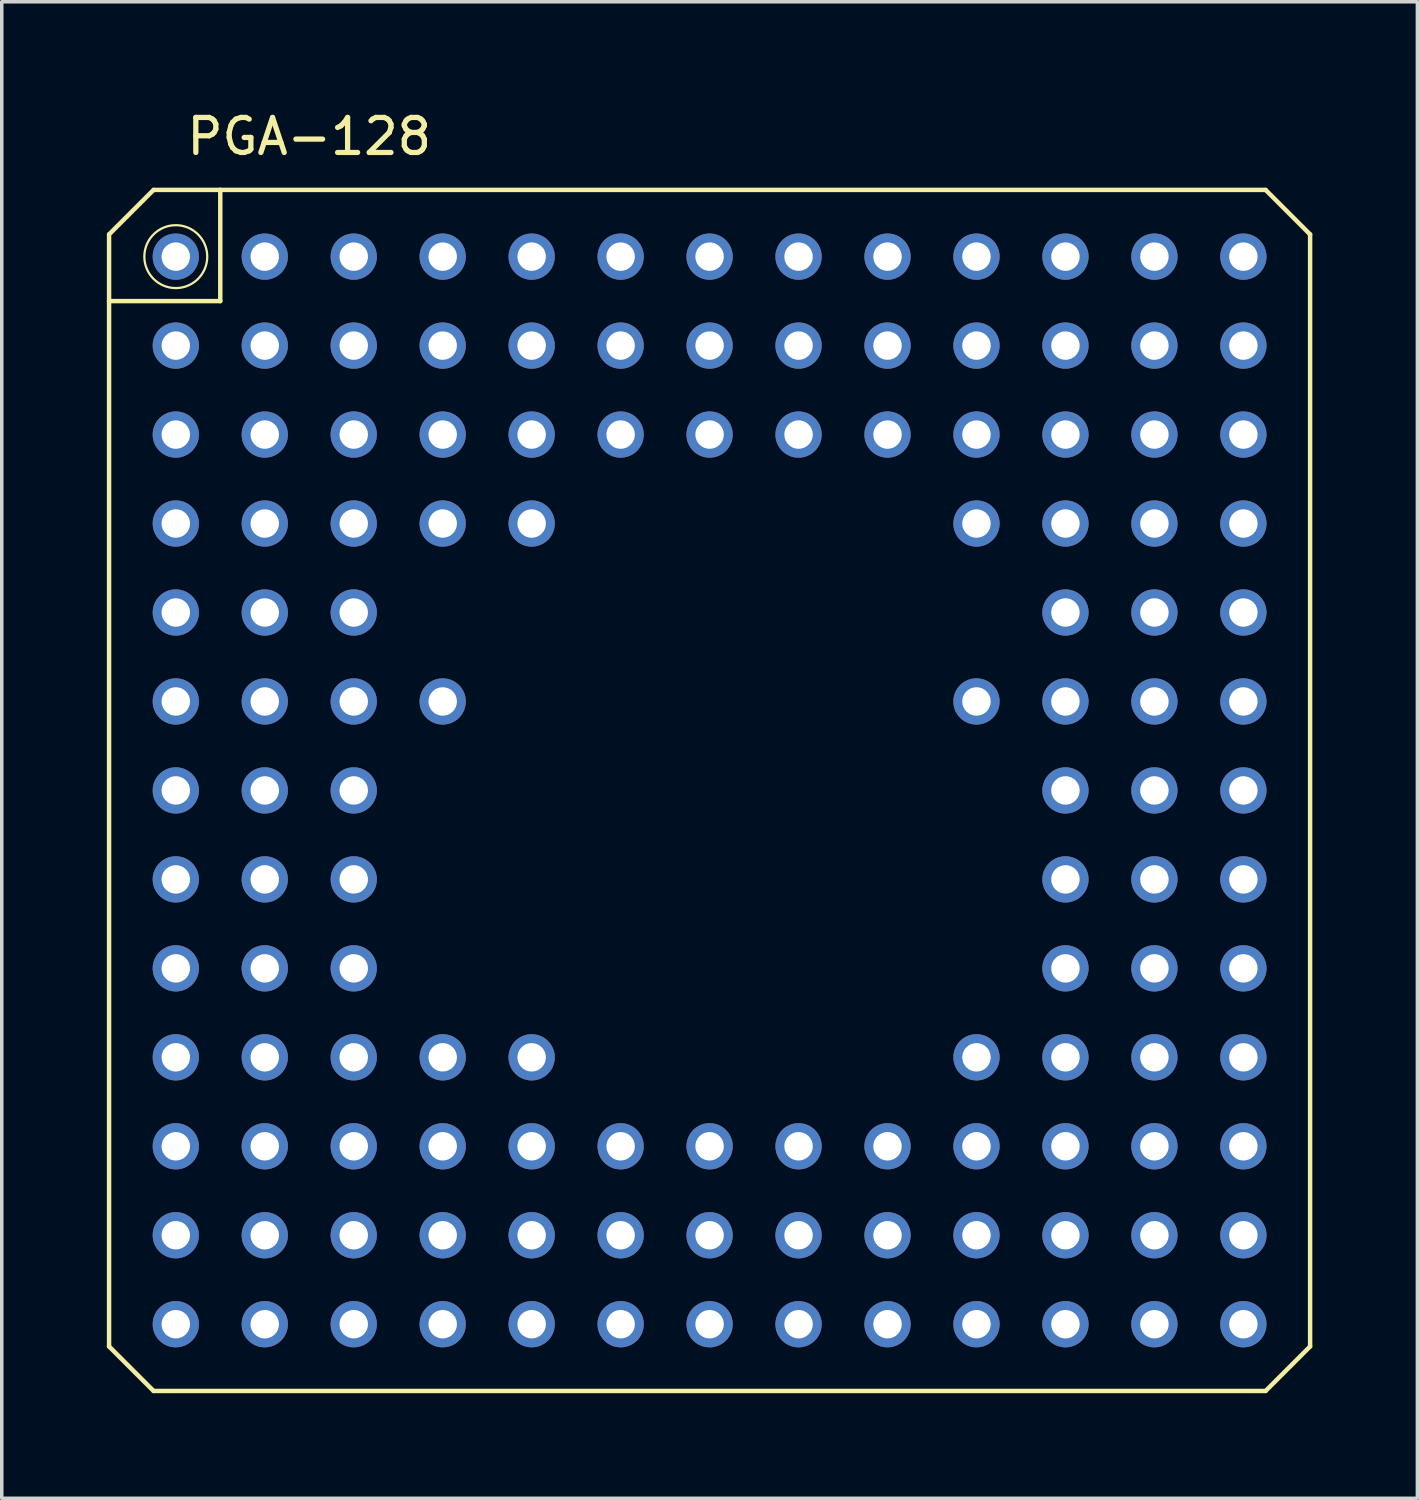
<source format=kicad_pcb>
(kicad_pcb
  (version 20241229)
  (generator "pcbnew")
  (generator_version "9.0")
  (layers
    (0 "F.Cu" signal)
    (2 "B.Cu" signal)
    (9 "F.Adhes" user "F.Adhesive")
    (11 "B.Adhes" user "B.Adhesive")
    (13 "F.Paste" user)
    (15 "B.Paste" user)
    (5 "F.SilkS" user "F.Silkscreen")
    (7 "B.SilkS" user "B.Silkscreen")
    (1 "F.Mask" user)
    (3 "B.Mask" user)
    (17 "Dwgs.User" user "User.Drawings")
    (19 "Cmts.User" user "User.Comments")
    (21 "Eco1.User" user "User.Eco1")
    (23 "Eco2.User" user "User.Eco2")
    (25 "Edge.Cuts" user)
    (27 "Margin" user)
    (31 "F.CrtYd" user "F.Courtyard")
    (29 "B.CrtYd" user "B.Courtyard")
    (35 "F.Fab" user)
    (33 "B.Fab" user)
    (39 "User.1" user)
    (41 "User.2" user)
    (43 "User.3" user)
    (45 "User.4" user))
  (footprint "PGA-128"
    (layer "F.Cu")
    (at 17.209 19.517)
    (property "Reference" "PGA-128" (at -11.43 -18.669 0) (layer "F.SilkS") (effects (font (size 1 1) (thickness 0.15))))
    (attr through_hole)
    (fp_line (start -17.145 -15.875) (end -15.875 -17.145) (stroke (width 0.127) (type solid)) (layer "F.SilkS"))
    (fp_line (start -17.145 -13.97) (end -17.145 -15.875) (stroke (width 0.127) (type solid)) (layer "F.SilkS"))
    (fp_line (start -17.145 -13.97) (end -13.97 -13.97) (stroke (width 0.127) (type solid)) (layer "F.SilkS"))
    (fp_line (start -17.145 15.875) (end -17.145 -13.97) (stroke (width 0.127) (type solid)) (layer "F.SilkS"))
    (fp_line (start -15.875 -17.145) (end -13.97 -17.145) (stroke (width 0.127) (type solid)) (layer "F.SilkS"))
    (fp_line (start -15.875 17.145) (end -17.145 15.875) (stroke (width 0.127) (type solid)) (layer "F.SilkS"))
    (fp_line (start -13.97 -17.145) (end 15.875 -17.145) (stroke (width 0.127) (type solid)) (layer "F.SilkS"))
    (fp_line (start -13.97 -13.97) (end -13.97 -17.145) (stroke (width 0.127) (type solid)) (layer "F.SilkS"))
    (fp_line (start 15.875 -17.145) (end 17.145 -15.875) (stroke (width 0.127) (type solid)) (layer "F.SilkS"))
    (fp_line (start 15.875 17.145) (end -15.875 17.145) (stroke (width 0.127) (type solid)) (layer "F.SilkS"))
    (fp_line (start 17.145 -15.875) (end 17.145 15.875) (stroke (width 0.127) (type solid)) (layer "F.SilkS"))
    (fp_line (start 17.145 15.875) (end 15.875 17.145) (stroke (width 0.127) (type solid)) (layer "F.SilkS"))
    (fp_circle (center -15.24 -15.24) (end -15.875 -15.875) (stroke (width 0.064) (type solid)) (fill no) (layer "F.SilkS"))
    (pad "A01" thru_hole circle (at -15.24 -15.24) (size 1.321 1.321) (drill 0.813) (layers "*.Cu" "*.Mask"))
    (pad "A02" thru_hole circle (at -12.7 -15.24) (size 1.321 1.321) (drill 0.813) (layers "*.Cu" "*.Mask"))
    (pad "A03" thru_hole circle (at -10.16 -15.24) (size 1.321 1.321) (drill 0.813) (layers "*.Cu" "*.Mask"))
    (pad "A04" thru_hole circle (at -7.62 -15.24) (size 1.321 1.321) (drill 0.813) (layers "*.Cu" "*.Mask"))
    (pad "A05" thru_hole circle (at -5.08 -15.24) (size 1.321 1.321) (drill 0.813) (layers "*.Cu" "*.Mask"))
    (pad "A06" thru_hole circle (at -2.54 -15.24) (size 1.321 1.321) (drill 0.813) (layers "*.Cu" "*.Mask"))
    (pad "A07" thru_hole circle (at 0 -15.24) (size 1.321 1.321) (drill 0.813) (layers "*.Cu" "*.Mask"))
    (pad "A08" thru_hole circle (at 2.54 -15.24) (size 1.321 1.321) (drill 0.813) (layers "*.Cu" "*.Mask"))
    (pad "A09" thru_hole circle (at 5.08 -15.24) (size 1.321 1.321) (drill 0.813) (layers "*.Cu" "*.Mask"))
    (pad "A10" thru_hole circle (at 7.62 -15.24) (size 1.321 1.321) (drill 0.813) (layers "*.Cu" "*.Mask"))
    (pad "A11" thru_hole circle (at 10.16 -15.24) (size 1.321 1.321) (drill 0.813) (layers "*.Cu" "*.Mask"))
    (pad "A12" thru_hole circle (at 12.7 -15.24) (size 1.321 1.321) (drill 0.813) (layers "*.Cu" "*.Mask"))
    (pad "A13" thru_hole circle (at 15.24 -15.24) (size 1.321 1.321) (drill 0.813) (layers "*.Cu" "*.Mask"))
    (pad "B01" thru_hole circle (at -15.24 -12.7) (size 1.321 1.321) (drill 0.813) (layers "*.Cu" "*.Mask"))
    (pad "B02" thru_hole circle (at -12.7 -12.7) (size 1.321 1.321) (drill 0.813) (layers "*.Cu" "*.Mask"))
    (pad "B03" thru_hole circle (at -10.16 -12.7) (size 1.321 1.321) (drill 0.813) (layers "*.Cu" "*.Mask"))
    (pad "B04" thru_hole circle (at -7.62 -12.7) (size 1.321 1.321) (drill 0.813) (layers "*.Cu" "*.Mask"))
    (pad "B05" thru_hole circle (at -5.08 -12.7) (size 1.321 1.321) (drill 0.813) (layers "*.Cu" "*.Mask"))
    (pad "B06" thru_hole circle (at -2.54 -12.7) (size 1.321 1.321) (drill 0.813) (layers "*.Cu" "*.Mask"))
    (pad "B07" thru_hole circle (at 0 -12.7) (size 1.321 1.321) (drill 0.813) (layers "*.Cu" "*.Mask"))
    (pad "B08" thru_hole circle (at 2.54 -12.7) (size 1.321 1.321) (drill 0.813) (layers "*.Cu" "*.Mask"))
    (pad "B09" thru_hole circle (at 5.08 -12.7) (size 1.321 1.321) (drill 0.813) (layers "*.Cu" "*.Mask"))
    (pad "B10" thru_hole circle (at 7.62 -12.7) (size 1.321 1.321) (drill 0.813) (layers "*.Cu" "*.Mask"))
    (pad "B11" thru_hole circle (at 10.16 -12.7) (size 1.321 1.321) (drill 0.813) (layers "*.Cu" "*.Mask"))
    (pad "B12" thru_hole circle (at 12.7 -12.7) (size 1.321 1.321) (drill 0.813) (layers "*.Cu" "*.Mask"))
    (pad "B13" thru_hole circle (at 15.24 -12.7) (size 1.321 1.321) (drill 0.813) (layers "*.Cu" "*.Mask"))
    (pad "C01" thru_hole circle (at -15.24 -10.16) (size 1.321 1.321) (drill 0.813) (layers "*.Cu" "*.Mask"))
    (pad "C02" thru_hole circle (at -12.7 -10.16) (size 1.321 1.321) (drill 0.813) (layers "*.Cu" "*.Mask"))
    (pad "C03" thru_hole circle (at -10.16 -10.16) (size 1.321 1.321) (drill 0.813) (layers "*.Cu" "*.Mask"))
    (pad "C04" thru_hole circle (at -7.62 -10.16) (size 1.321 1.321) (drill 0.813) (layers "*.Cu" "*.Mask"))
    (pad "C05" thru_hole circle (at -5.08 -10.16) (size 1.321 1.321) (drill 0.813) (layers "*.Cu" "*.Mask"))
    (pad "C06" thru_hole circle (at -2.54 -10.16) (size 1.321 1.321) (drill 0.813) (layers "*.Cu" "*.Mask"))
    (pad "C07" thru_hole circle (at 0 -10.16) (size 1.321 1.321) (drill 0.813) (layers "*.Cu" "*.Mask"))
    (pad "C08" thru_hole circle (at 2.54 -10.16) (size 1.321 1.321) (drill 0.813) (layers "*.Cu" "*.Mask"))
    (pad "C09" thru_hole circle (at 5.08 -10.16) (size 1.321 1.321) (drill 0.813) (layers "*.Cu" "*.Mask"))
    (pad "C10" thru_hole circle (at 7.62 -10.16) (size 1.321 1.321) (drill 0.813) (layers "*.Cu" "*.Mask"))
    (pad "C11" thru_hole circle (at 10.16 -10.16) (size 1.321 1.321) (drill 0.813) (layers "*.Cu" "*.Mask"))
    (pad "C12" thru_hole circle (at 12.7 -10.16) (size 1.321 1.321) (drill 0.813) (layers "*.Cu" "*.Mask"))
    (pad "C13" thru_hole circle (at 15.24 -10.16) (size 1.321 1.321) (drill 0.813) (layers "*.Cu" "*.Mask"))
    (pad "D01" thru_hole circle (at -15.24 -7.62) (size 1.321 1.321) (drill 0.813) (layers "*.Cu" "*.Mask"))
    (pad "D02" thru_hole circle (at -12.7 -7.62) (size 1.321 1.321) (drill 0.813) (layers "*.Cu" "*.Mask"))
    (pad "D03" thru_hole circle (at -10.16 -7.62) (size 1.321 1.321) (drill 0.813) (layers "*.Cu" "*.Mask"))
    (pad "D04" thru_hole circle (at -7.62 -7.62) (size 1.321 1.321) (drill 0.813) (layers "*.Cu" "*.Mask"))
    (pad "D05" thru_hole circle (at -5.08 -7.62) (size 1.321 1.321) (drill 0.813) (layers "*.Cu" "*.Mask"))
    (pad "D10" thru_hole circle (at 7.62 -7.62) (size 1.321 1.321) (drill 0.813) (layers "*.Cu" "*.Mask"))
    (pad "D11" thru_hole circle (at 10.16 -7.62) (size 1.321 1.321) (drill 0.813) (layers "*.Cu" "*.Mask"))
    (pad "D12" thru_hole circle (at 12.7 -7.62) (size 1.321 1.321) (drill 0.813) (layers "*.Cu" "*.Mask"))
    (pad "D13" thru_hole circle (at 15.24 -7.62) (size 1.321 1.321) (drill 0.813) (layers "*.Cu" "*.Mask"))
    (pad "E01" thru_hole circle (at -15.24 -5.08) (size 1.321 1.321) (drill 0.813) (layers "*.Cu" "*.Mask"))
    (pad "E02" thru_hole circle (at -12.7 -5.08) (size 1.321 1.321) (drill 0.813) (layers "*.Cu" "*.Mask"))
    (pad "E03" thru_hole circle (at -10.16 -5.08) (size 1.321 1.321) (drill 0.813) (layers "*.Cu" "*.Mask"))
    (pad "E11" thru_hole circle (at 10.16 -5.08) (size 1.321 1.321) (drill 0.813) (layers "*.Cu" "*.Mask"))
    (pad "E12" thru_hole circle (at 12.7 -5.08) (size 1.321 1.321) (drill 0.813) (layers "*.Cu" "*.Mask"))
    (pad "E13" thru_hole circle (at 15.24 -5.08) (size 1.321 1.321) (drill 0.813) (layers "*.Cu" "*.Mask"))
    (pad "F01" thru_hole circle (at -15.24 -2.54) (size 1.321 1.321) (drill 0.813) (layers "*.Cu" "*.Mask"))
    (pad "F02" thru_hole circle (at -12.7 -2.54) (size 1.321 1.321) (drill 0.813) (layers "*.Cu" "*.Mask"))
    (pad "F03" thru_hole circle (at -10.16 -2.54) (size 1.321 1.321) (drill 0.813) (layers "*.Cu" "*.Mask"))
    (pad "F04" thru_hole circle (at -7.62 -2.54) (size 1.321 1.321) (drill 0.813) (layers "*.Cu" "*.Mask"))
    (pad "F10" thru_hole circle (at 7.62 -2.54) (size 1.321 1.321) (drill 0.813) (layers "*.Cu" "*.Mask"))
    (pad "F11" thru_hole circle (at 10.16 -2.54) (size 1.321 1.321) (drill 0.813) (layers "*.Cu" "*.Mask"))
    (pad "F12" thru_hole circle (at 12.7 -2.54) (size 1.321 1.321) (drill 0.813) (layers "*.Cu" "*.Mask"))
    (pad "F13" thru_hole circle (at 15.24 -2.54) (size 1.321 1.321) (drill 0.813) (layers "*.Cu" "*.Mask"))
    (pad "G01" thru_hole circle (at -15.24 0) (size 1.321 1.321) (drill 0.813) (layers "*.Cu" "*.Mask"))
    (pad "G02" thru_hole circle (at -12.7 0) (size 1.321 1.321) (drill 0.813) (layers "*.Cu" "*.Mask"))
    (pad "G03" thru_hole circle (at -10.16 0) (size 1.321 1.321) (drill 0.813) (layers "*.Cu" "*.Mask"))
    (pad "G11" thru_hole circle (at 10.16 0) (size 1.321 1.321) (drill 0.813) (layers "*.Cu" "*.Mask"))
    (pad "G12" thru_hole circle (at 12.7 0) (size 1.321 1.321) (drill 0.813) (layers "*.Cu" "*.Mask"))
    (pad "G13" thru_hole circle (at 15.24 0) (size 1.321 1.321) (drill 0.813) (layers "*.Cu" "*.Mask"))
    (pad "H01" thru_hole circle (at -15.24 2.54) (size 1.321 1.321) (drill 0.813) (layers "*.Cu" "*.Mask"))
    (pad "H02" thru_hole circle (at -12.7 2.54) (size 1.321 1.321) (drill 0.813) (layers "*.Cu" "*.Mask"))
    (pad "H03" thru_hole circle (at -10.16 2.54) (size 1.321 1.321) (drill 0.813) (layers "*.Cu" "*.Mask"))
    (pad "H11" thru_hole circle (at 10.16 2.54) (size 1.321 1.321) (drill 0.813) (layers "*.Cu" "*.Mask"))
    (pad "H12" thru_hole circle (at 12.7 2.54) (size 1.321 1.321) (drill 0.813) (layers "*.Cu" "*.Mask"))
    (pad "H13" thru_hole circle (at 15.24 2.54) (size 1.321 1.321) (drill 0.813) (layers "*.Cu" "*.Mask"))
    (pad "J01" thru_hole circle (at -15.24 5.08) (size 1.321 1.321) (drill 0.813) (layers "*.Cu" "*.Mask"))
    (pad "J02" thru_hole circle (at -12.7 5.08) (size 1.321 1.321) (drill 0.813) (layers "*.Cu" "*.Mask"))
    (pad "J03" thru_hole circle (at -10.16 5.08) (size 1.321 1.321) (drill 0.813) (layers "*.Cu" "*.Mask"))
    (pad "J11" thru_hole circle (at 10.16 5.08) (size 1.321 1.321) (drill 0.813) (layers "*.Cu" "*.Mask"))
    (pad "J12" thru_hole circle (at 12.7 5.08) (size 1.321 1.321) (drill 0.813) (layers "*.Cu" "*.Mask"))
    (pad "J13" thru_hole circle (at 15.24 5.08) (size 1.321 1.321) (drill 0.813) (layers "*.Cu" "*.Mask"))
    (pad "K01" thru_hole circle (at -15.24 7.62) (size 1.321 1.321) (drill 0.813) (layers "*.Cu" "*.Mask"))
    (pad "K02" thru_hole circle (at -12.7 7.62) (size 1.321 1.321) (drill 0.813) (layers "*.Cu" "*.Mask"))
    (pad "K03" thru_hole circle (at -10.16 7.62) (size 1.321 1.321) (drill 0.813) (layers "*.Cu" "*.Mask"))
    (pad "K04" thru_hole circle (at -7.62 7.62) (size 1.321 1.321) (drill 0.813) (layers "*.Cu" "*.Mask"))
    (pad "K05" thru_hole circle (at -5.08 7.62) (size 1.321 1.321) (drill 0.813) (layers "*.Cu" "*.Mask"))
    (pad "K10" thru_hole circle (at 7.62 7.62) (size 1.321 1.321) (drill 0.813) (layers "*.Cu" "*.Mask"))
    (pad "K11" thru_hole circle (at 10.16 7.62) (size 1.321 1.321) (drill 0.813) (layers "*.Cu" "*.Mask"))
    (pad "K12" thru_hole circle (at 12.7 7.62) (size 1.321 1.321) (drill 0.813) (layers "*.Cu" "*.Mask"))
    (pad "K13" thru_hole circle (at 15.24 7.62) (size 1.321 1.321) (drill 0.813) (layers "*.Cu" "*.Mask"))
    (pad "L01" thru_hole circle (at -15.24 10.16) (size 1.321 1.321) (drill 0.813) (layers "*.Cu" "*.Mask"))
    (pad "L02" thru_hole circle (at -12.7 10.16) (size 1.321 1.321) (drill 0.813) (layers "*.Cu" "*.Mask"))
    (pad "L03" thru_hole circle (at -10.16 10.16) (size 1.321 1.321) (drill 0.813) (layers "*.Cu" "*.Mask"))
    (pad "L04" thru_hole circle (at -7.62 10.16) (size 1.321 1.321) (drill 0.813) (layers "*.Cu" "*.Mask"))
    (pad "L05" thru_hole circle (at -5.08 10.16) (size 1.321 1.321) (drill 0.813) (layers "*.Cu" "*.Mask"))
    (pad "L06" thru_hole circle (at -2.54 10.16) (size 1.321 1.321) (drill 0.813) (layers "*.Cu" "*.Mask"))
    (pad "L07" thru_hole circle (at 0 10.16) (size 1.321 1.321) (drill 0.813) (layers "*.Cu" "*.Mask"))
    (pad "L08" thru_hole circle (at 2.54 10.16) (size 1.321 1.321) (drill 0.813) (layers "*.Cu" "*.Mask"))
    (pad "L09" thru_hole circle (at 5.08 10.16) (size 1.321 1.321) (drill 0.813) (layers "*.Cu" "*.Mask"))
    (pad "L10" thru_hole circle (at 7.62 10.16) (size 1.321 1.321) (drill 0.813) (layers "*.Cu" "*.Mask"))
    (pad "L11" thru_hole circle (at 10.16 10.16) (size 1.321 1.321) (drill 0.813) (layers "*.Cu" "*.Mask"))
    (pad "L12" thru_hole circle (at 12.7 10.16) (size 1.321 1.321) (drill 0.813) (layers "*.Cu" "*.Mask"))
    (pad "L13" thru_hole circle (at 15.24 10.16) (size 1.321 1.321) (drill 0.813) (layers "*.Cu" "*.Mask"))
    (pad "M01" thru_hole circle (at -15.24 12.7) (size 1.321 1.321) (drill 0.813) (layers "*.Cu" "*.Mask"))
    (pad "M02" thru_hole circle (at -12.7 12.7) (size 1.321 1.321) (drill 0.813) (layers "*.Cu" "*.Mask"))
    (pad "M03" thru_hole circle (at -10.16 12.7) (size 1.321 1.321) (drill 0.813) (layers "*.Cu" "*.Mask"))
    (pad "M04" thru_hole circle (at -7.62 12.7) (size 1.321 1.321) (drill 0.813) (layers "*.Cu" "*.Mask"))
    (pad "M05" thru_hole circle (at -5.08 12.7) (size 1.321 1.321) (drill 0.813) (layers "*.Cu" "*.Mask"))
    (pad "M06" thru_hole circle (at -2.54 12.7) (size 1.321 1.321) (drill 0.813) (layers "*.Cu" "*.Mask"))
    (pad "M07" thru_hole circle (at 0 12.7) (size 1.321 1.321) (drill 0.813) (layers "*.Cu" "*.Mask"))
    (pad "M08" thru_hole circle (at 2.54 12.7) (size 1.321 1.321) (drill 0.813) (layers "*.Cu" "*.Mask"))
    (pad "M09" thru_hole circle (at 5.08 12.7) (size 1.321 1.321) (drill 0.813) (layers "*.Cu" "*.Mask"))
    (pad "M10" thru_hole circle (at 7.62 12.7) (size 1.321 1.321) (drill 0.813) (layers "*.Cu" "*.Mask"))
    (pad "M11" thru_hole circle (at 10.16 12.7) (size 1.321 1.321) (drill 0.813) (layers "*.Cu" "*.Mask"))
    (pad "M12" thru_hole circle (at 12.7 12.7) (size 1.321 1.321) (drill 0.813) (layers "*.Cu" "*.Mask"))
    (pad "M13" thru_hole circle (at 15.24 12.7) (size 1.321 1.321) (drill 0.813) (layers "*.Cu" "*.Mask"))
    (pad "N01" thru_hole circle (at -15.24 15.24) (size 1.321 1.321) (drill 0.813) (layers "*.Cu" "*.Mask"))
    (pad "N02" thru_hole circle (at -12.7 15.24) (size 1.321 1.321) (drill 0.813) (layers "*.Cu" "*.Mask"))
    (pad "N03" thru_hole circle (at -10.16 15.24) (size 1.321 1.321) (drill 0.813) (layers "*.Cu" "*.Mask"))
    (pad "N04" thru_hole circle (at -7.62 15.24) (size 1.321 1.321) (drill 0.813) (layers "*.Cu" "*.Mask"))
    (pad "N05" thru_hole circle (at -5.08 15.24) (size 1.321 1.321) (drill 0.813) (layers "*.Cu" "*.Mask"))
    (pad "N06" thru_hole circle (at -2.54 15.24) (size 1.321 1.321) (drill 0.813) (layers "*.Cu" "*.Mask"))
    (pad "N07" thru_hole circle (at 0 15.24) (size 1.321 1.321) (drill 0.813) (layers "*.Cu" "*.Mask"))
    (pad "N08" thru_hole circle (at 2.54 15.24) (size 1.321 1.321) (drill 0.813) (layers "*.Cu" "*.Mask"))
    (pad "N09" thru_hole circle (at 5.08 15.24) (size 1.321 1.321) (drill 0.813) (layers "*.Cu" "*.Mask"))
    (pad "N10" thru_hole circle (at 7.62 15.24) (size 1.321 1.321) (drill 0.813) (layers "*.Cu" "*.Mask"))
    (pad "N11" thru_hole circle (at 10.16 15.24) (size 1.321 1.321) (drill 0.813) (layers "*.Cu" "*.Mask"))
    (pad "N12" thru_hole circle (at 12.7 15.24) (size 1.321 1.321) (drill 0.813) (layers "*.Cu" "*.Mask"))
    (pad "N13" thru_hole circle (at 15.24 15.24) (size 1.321 1.321) (drill 0.813) (layers "*.Cu" "*.Mask")))
  (gr_rect
    (start -3 -3)
    (end 37.417 39.726)
    (stroke (width 0.1) (type default))
    (fill no)
    (layer "Edge.Cuts")))
</source>
